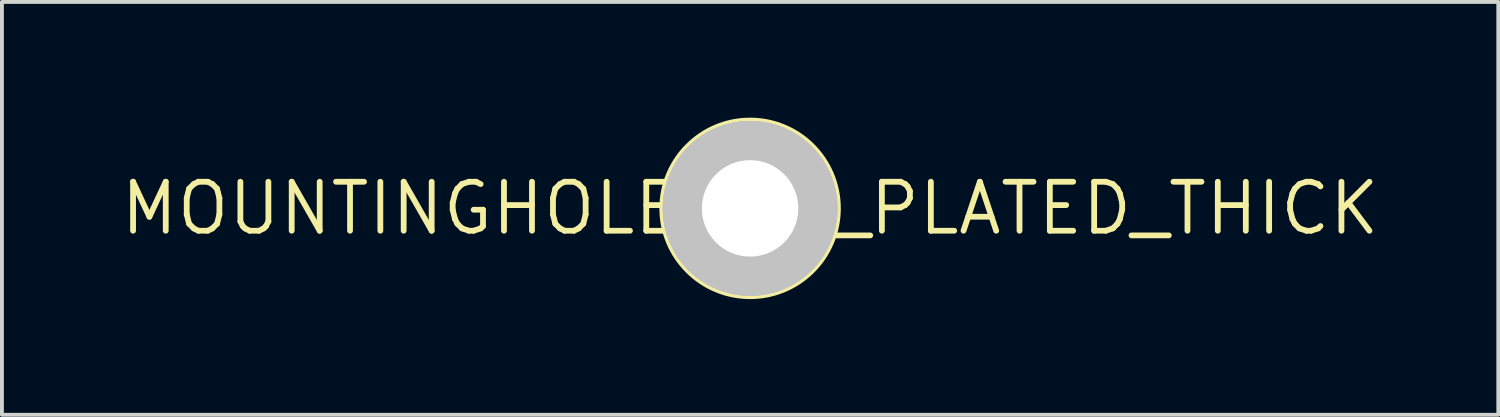
<source format=kicad_pcb>
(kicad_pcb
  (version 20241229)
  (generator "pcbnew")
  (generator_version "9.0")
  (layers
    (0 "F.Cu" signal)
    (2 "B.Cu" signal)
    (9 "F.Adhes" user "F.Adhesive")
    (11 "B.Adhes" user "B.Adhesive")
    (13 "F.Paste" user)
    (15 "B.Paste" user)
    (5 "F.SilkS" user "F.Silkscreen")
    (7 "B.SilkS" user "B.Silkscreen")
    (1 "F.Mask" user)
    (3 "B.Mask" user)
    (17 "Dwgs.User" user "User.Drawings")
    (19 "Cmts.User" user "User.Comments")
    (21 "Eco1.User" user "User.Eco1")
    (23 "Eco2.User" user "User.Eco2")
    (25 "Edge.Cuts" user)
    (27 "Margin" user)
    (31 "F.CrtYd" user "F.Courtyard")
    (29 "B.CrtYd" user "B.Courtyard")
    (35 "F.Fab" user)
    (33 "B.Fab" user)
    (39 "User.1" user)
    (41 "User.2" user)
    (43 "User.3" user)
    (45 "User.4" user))
  (footprint "MOUNTINGHOLE_2.5_PLATED_THICK"
    (layer "F.Cu")
    (at 16.396 2.352)
    (property "Reference" "MOUNTINGHOLE_2.5_PLATED_THICK" (at 0 0 0) (layer "F.SilkS") (effects (font (size 1.27 1.27) (thickness 0.15))))
    (attr through_hole)
    (fp_circle (center 0 0) (end 2.25 0) (stroke (width 0.203) (type solid)) (fill no) (layer "F.SilkS"))
    (fp_circle (center 0 0) (end 1.25 0) (stroke (width 2.032) (type solid)) (fill no) (layer "Dwgs.User"))
    (fp_circle (center 0 0) (end 1.25 0) (stroke (width 2.032) (type solid)) (fill no) (layer "Dwgs.User"))
    (fp_circle (center 0 0) (end 1.25 0) (stroke (width 2.032) (type solid)) (fill no) (layer "Dwgs.User"))
    (fp_circle (center 0 0) (end 1.25 0) (stroke (width 2.032) (type solid)) (fill no) (layer "Dwgs.User"))
    (pad "P$1" thru_hole circle (at 0 0) (size 4 4) (drill 2.5) (layers "*.Cu" "*.Mask")))
  (gr_rect
    (start -3 -3)
    (end 35.793 7.703)
    (stroke (width 0.1) (type default))
    (fill no)
    (layer "Edge.Cuts")))
</source>
